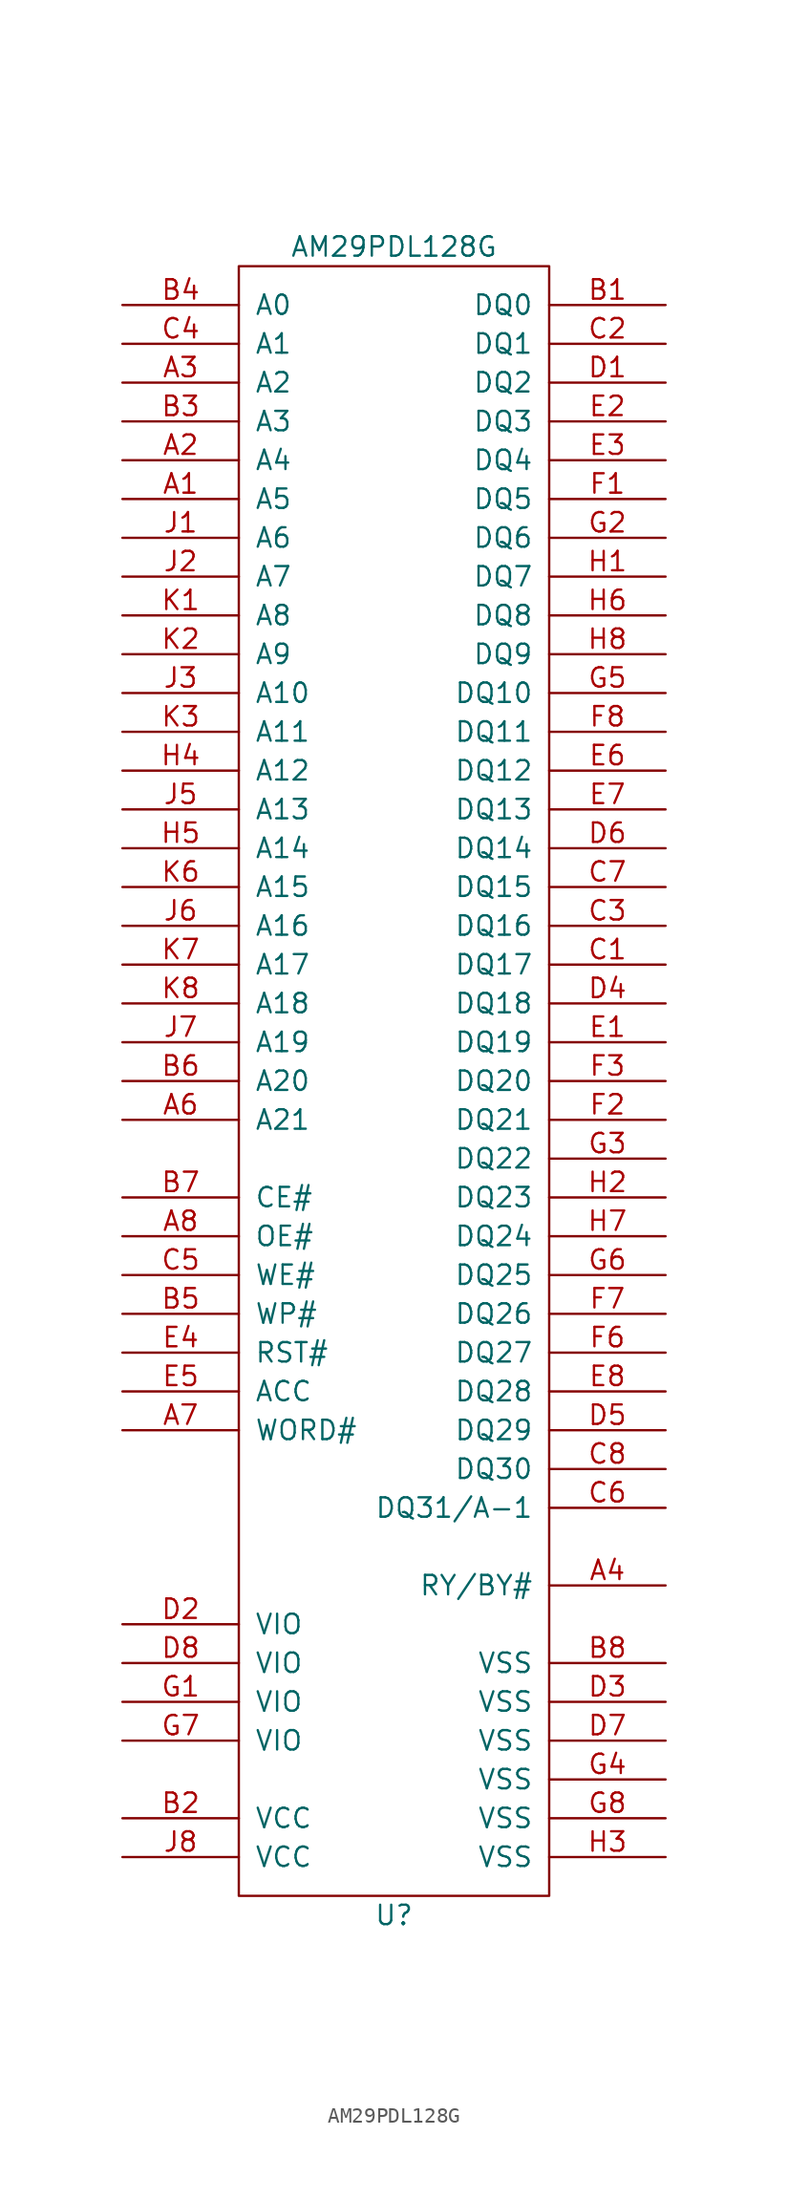
<source format=kicad_sym>
(kicad_symbol_lib
  (version 20231120)
  (generator "kicad_symbol_editor")
  (generator_version "8.0")
  (symbol "AM29PDL128G"
    (pin_names
      (offset 1.016))
    (property "Reference" "U"
      (at 0 -54.61 0)
      (effects (font (size 1.27 1.27))))
    (property "Value" "AM29PDL128G"
      (at 0 54.61 0)
      (effects (font (size 1.27 1.27))))
    (property "Footprint" ""
      (at 0 0 0)
      (effects (font (size 1.27 1.27))))
    (property "Datasheet" ""
      (at 0 0 0)
      (effects (font (size 1.27 1.27))))
    (symbol "AM29PDL128G_0_1"
      (rectangle (start -10.16 53.34) (end 10.16 -53.34) (stroke (width 0) (type solid)) (fill (type none))))
    (symbol "AM29PDL128G_1_1"
      (pin input line (at -17.78 38.1 0) (length 7.62) (name "A5" (effects (font (size 1.27 1.27)))) (number "A1" (effects (font (size 1.27 1.27)))))
      (pin input line (at -17.78 40.64 0) (length 7.62) (name "A4" (effects (font (size 1.27 1.27)))) (number "A2" (effects (font (size 1.27 1.27)))))
      (pin input line (at -17.78 45.72 0) (length 7.62) (name "A2" (effects (font (size 1.27 1.27)))) (number "A3" (effects (font (size 1.27 1.27)))))
      (pin output line (at 17.78 -33.02 180) (length 7.62) (name "RY/BY#" (effects (font (size 1.27 1.27)))) (number "A4" (effects (font (size 1.27 1.27)))))
      (pin input line (at -17.78 -2.54 0) (length 7.62) (name "A21" (effects (font (size 1.27 1.27)))) (number "A6" (effects (font (size 1.27 1.27)))))
      (pin input line (at -17.78 -22.86 0) (length 7.62) (name "WORD#" (effects (font (size 1.27 1.27)))) (number "A7" (effects (font (size 1.27 1.27)))))
      (pin input line (at -17.78 -10.16 0) (length 7.62) (name "OE#" (effects (font (size 1.27 1.27)))) (number "A8" (effects (font (size 1.27 1.27)))))
      (pin bidirectional line (at 17.78 50.8 180) (length 7.62) (name "DQ0" (effects (font (size 1.27 1.27)))) (number "B1" (effects (font (size 1.27 1.27)))))
      (pin power_in line (at -17.78 -48.26 0) (length 7.62) (name "VCC" (effects (font (size 1.27 1.27)))) (number "B2" (effects (font (size 1.27 1.27)))))
      (pin input line (at -17.78 43.18 0) (length 7.62) (name "A3" (effects (font (size 1.27 1.27)))) (number "B3" (effects (font (size 1.27 1.27)))))
      (pin input line (at -17.78 50.8 0) (length 7.62) (name "A0" (effects (font (size 1.27 1.27)))) (number "B4" (effects (font (size 1.27 1.27)))))
      (pin input line (at -17.78 -15.24 0) (length 7.62) (name "WP#" (effects (font (size 1.27 1.27)))) (number "B5" (effects (font (size 1.27 1.27)))))
      (pin input line (at -17.78 0 0) (length 7.62) (name "A20" (effects (font (size 1.27 1.27)))) (number "B6" (effects (font (size 1.27 1.27)))))
      (pin input line (at -17.78 -7.62 0) (length 7.62) (name "CE#" (effects (font (size 1.27 1.27)))) (number "B7" (effects (font (size 1.27 1.27)))))
      (pin power_in line (at 17.78 -38.1 180) (length 7.62) (name "VSS" (effects (font (size 1.27 1.27)))) (number "B8" (effects (font (size 1.27 1.27)))))
      (pin bidirectional line (at 17.78 7.62 180) (length 7.62) (name "DQ17" (effects (font (size 1.27 1.27)))) (number "C1" (effects (font (size 1.27 1.27)))))
      (pin bidirectional line (at 17.78 48.26 180) (length 7.62) (name "DQ1" (effects (font (size 1.27 1.27)))) (number "C2" (effects (font (size 1.27 1.27)))))
      (pin bidirectional line (at 17.78 10.16 180) (length 7.62) (name "DQ16" (effects (font (size 1.27 1.27)))) (number "C3" (effects (font (size 1.27 1.27)))))
      (pin input line (at -17.78 48.26 0) (length 7.62) (name "A1" (effects (font (size 1.27 1.27)))) (number "C4" (effects (font (size 1.27 1.27)))))
      (pin input line (at -17.78 -12.7 0) (length 7.62) (name "WE#" (effects (font (size 1.27 1.27)))) (number "C5" (effects (font (size 1.27 1.27)))))
      (pin bidirectional line (at 17.78 -27.94 180) (length 7.62) (name "DQ31/A-1" (effects (font (size 1.27 1.27)))) (number "C6" (effects (font (size 1.27 1.27)))))
      (pin bidirectional line (at 17.78 12.7 180) (length 7.62) (name "DQ15" (effects (font (size 1.27 1.27)))) (number "C7" (effects (font (size 1.27 1.27)))))
      (pin bidirectional line (at 17.78 -25.4 180) (length 7.62) (name "DQ30" (effects (font (size 1.27 1.27)))) (number "C8" (effects (font (size 1.27 1.27)))))
      (pin bidirectional line (at 17.78 45.72 180) (length 7.62) (name "DQ2" (effects (font (size 1.27 1.27)))) (number "D1" (effects (font (size 1.27 1.27)))))
      (pin input line (at -17.78 -35.56 0) (length 7.62) (name "VIO" (effects (font (size 1.27 1.27)))) (number "D2" (effects (font (size 1.27 1.27)))))
      (pin power_in line (at 17.78 -40.64 180) (length 7.62) (name "VSS" (effects (font (size 1.27 1.27)))) (number "D3" (effects (font (size 1.27 1.27)))))
      (pin bidirectional line (at 17.78 5.08 180) (length 7.62) (name "DQ18" (effects (font (size 1.27 1.27)))) (number "D4" (effects (font (size 1.27 1.27)))))
      (pin bidirectional line (at 17.78 -22.86 180) (length 7.62) (name "DQ29" (effects (font (size 1.27 1.27)))) (number "D5" (effects (font (size 1.27 1.27)))))
      (pin bidirectional line (at 17.78 15.24 180) (length 7.62) (name "DQ14" (effects (font (size 1.27 1.27)))) (number "D6" (effects (font (size 1.27 1.27)))))
      (pin power_in line (at 17.78 -43.18 180) (length 7.62) (name "VSS" (effects (font (size 1.27 1.27)))) (number "D7" (effects (font (size 1.27 1.27)))))
      (pin input line (at -17.78 -38.1 0) (length 7.62) (name "VIO" (effects (font (size 1.27 1.27)))) (number "D8" (effects (font (size 1.27 1.27)))))
      (pin bidirectional line (at 17.78 2.54 180) (length 7.62) (name "DQ19" (effects (font (size 1.27 1.27)))) (number "E1" (effects (font (size 1.27 1.27)))))
      (pin bidirectional line (at 17.78 43.18 180) (length 7.62) (name "DQ3" (effects (font (size 1.27 1.27)))) (number "E2" (effects (font (size 1.27 1.27)))))
      (pin bidirectional line (at 17.78 40.64 180) (length 7.62) (name "DQ4" (effects (font (size 1.27 1.27)))) (number "E3" (effects (font (size 1.27 1.27)))))
      (pin input line (at -17.78 -17.78 0) (length 7.62) (name "RST#" (effects (font (size 1.27 1.27)))) (number "E4" (effects (font (size 1.27 1.27)))))
      (pin input line (at -17.78 -20.32 0) (length 7.62) (name "ACC" (effects (font (size 1.27 1.27)))) (number "E5" (effects (font (size 1.27 1.27)))))
      (pin bidirectional line (at 17.78 20.32 180) (length 7.62) (name "DQ12" (effects (font (size 1.27 1.27)))) (number "E6" (effects (font (size 1.27 1.27)))))
      (pin bidirectional line (at 17.78 17.78 180) (length 7.62) (name "DQ13" (effects (font (size 1.27 1.27)))) (number "E7" (effects (font (size 1.27 1.27)))))
      (pin bidirectional line (at 17.78 -20.32 180) (length 7.62) (name "DQ28" (effects (font (size 1.27 1.27)))) (number "E8" (effects (font (size 1.27 1.27)))))
      (pin bidirectional line (at 17.78 38.1 180) (length 7.62) (name "DQ5" (effects (font (size 1.27 1.27)))) (number "F1" (effects (font (size 1.27 1.27)))))
      (pin bidirectional line (at 17.78 -2.54 180) (length 7.62) (name "DQ21" (effects (font (size 1.27 1.27)))) (number "F2" (effects (font (size 1.27 1.27)))))
      (pin bidirectional line (at 17.78 0 180) (length 7.62) (name "DQ20" (effects (font (size 1.27 1.27)))) (number "F3" (effects (font (size 1.27 1.27)))))
      (pin bidirectional line (at 17.78 -17.78 180) (length 7.62) (name "DQ27" (effects (font (size 1.27 1.27)))) (number "F6" (effects (font (size 1.27 1.27)))))
      (pin bidirectional line (at 17.78 -15.24 180) (length 7.62) (name "DQ26" (effects (font (size 1.27 1.27)))) (number "F7" (effects (font (size 1.27 1.27)))))
      (pin bidirectional line (at 17.78 22.86 180) (length 7.62) (name "DQ11" (effects (font (size 1.27 1.27)))) (number "F8" (effects (font (size 1.27 1.27)))))
      (pin input line (at -17.78 -40.64 0) (length 7.62) (name "VIO" (effects (font (size 1.27 1.27)))) (number "G1" (effects (font (size 1.27 1.27)))))
      (pin bidirectional line (at 17.78 35.56 180) (length 7.62) (name "DQ6" (effects (font (size 1.27 1.27)))) (number "G2" (effects (font (size 1.27 1.27)))))
      (pin bidirectional line (at 17.78 -5.08 180) (length 7.62) (name "DQ22" (effects (font (size 1.27 1.27)))) (number "G3" (effects (font (size 1.27 1.27)))))
      (pin passive line (at 17.78 -45.72 180) (length 7.62) (name "VSS" (effects (font (size 1.27 1.27)))) (number "G4" (effects (font (size 1.27 1.27)))))
      (pin bidirectional line (at 17.78 25.4 180) (length 7.62) (name "DQ10" (effects (font (size 1.27 1.27)))) (number "G5" (effects (font (size 1.27 1.27)))))
      (pin bidirectional line (at 17.78 -12.7 180) (length 7.62) (name "DQ25" (effects (font (size 1.27 1.27)))) (number "G6" (effects (font (size 1.27 1.27)))))
      (pin input line (at -17.78 -43.18 0) (length 7.62) (name "VIO" (effects (font (size 1.27 1.27)))) (number "G7" (effects (font (size 1.27 1.27)))))
      (pin power_in line (at 17.78 -48.26 180) (length 7.62) (name "VSS" (effects (font (size 1.27 1.27)))) (number "G8" (effects (font (size 1.27 1.27)))))
      (pin bidirectional line (at 17.78 33.02 180) (length 7.62) (name "DQ7" (effects (font (size 1.27 1.27)))) (number "H1" (effects (font (size 1.27 1.27)))))
      (pin bidirectional line (at 17.78 -7.62 180) (length 7.62) (name "DQ23" (effects (font (size 1.27 1.27)))) (number "H2" (effects (font (size 1.27 1.27)))))
      (pin power_in line (at 17.78 -50.8 180) (length 7.62) (name "VSS" (effects (font (size 1.27 1.27)))) (number "H3" (effects (font (size 1.27 1.27)))))
      (pin input line (at -17.78 20.32 0) (length 7.62) (name "A12" (effects (font (size 1.27 1.27)))) (number "H4" (effects (font (size 1.27 1.27)))))
      (pin input line (at -17.78 15.24 0) (length 7.62) (name "A14" (effects (font (size 1.27 1.27)))) (number "H5" (effects (font (size 1.27 1.27)))))
      (pin bidirectional line (at 17.78 30.48 180) (length 7.62) (name "DQ8" (effects (font (size 1.27 1.27)))) (number "H6" (effects (font (size 1.27 1.27)))))
      (pin bidirectional line (at 17.78 -10.16 180) (length 7.62) (name "DQ24" (effects (font (size 1.27 1.27)))) (number "H7" (effects (font (size 1.27 1.27)))))
      (pin bidirectional line (at 17.78 27.94 180) (length 7.62) (name "DQ9" (effects (font (size 1.27 1.27)))) (number "H8" (effects (font (size 1.27 1.27)))))
      (pin input line (at -17.78 35.56 0) (length 7.62) (name "A6" (effects (font (size 1.27 1.27)))) (number "J1" (effects (font (size 1.27 1.27)))))
      (pin input line (at -17.78 33.02 0) (length 7.62) (name "A7" (effects (font (size 1.27 1.27)))) (number "J2" (effects (font (size 1.27 1.27)))))
      (pin input line (at -17.78 25.4 0) (length 7.62) (name "A10" (effects (font (size 1.27 1.27)))) (number "J3" (effects (font (size 1.27 1.27)))))
      (pin input line (at -17.78 17.78 0) (length 7.62) (name "A13" (effects (font (size 1.27 1.27)))) (number "J5" (effects (font (size 1.27 1.27)))))
      (pin input line (at -17.78 10.16 0) (length 7.62) (name "A16" (effects (font (size 1.27 1.27)))) (number "J6" (effects (font (size 1.27 1.27)))))
      (pin input line (at -17.78 2.54 0) (length 7.62) (name "A19" (effects (font (size 1.27 1.27)))) (number "J7" (effects (font (size 1.27 1.27)))))
      (pin power_in line (at -17.78 -50.8 0) (length 7.62) (name "VCC" (effects (font (size 1.27 1.27)))) (number "J8" (effects (font (size 1.27 1.27)))))
      (pin input line (at -17.78 30.48 0) (length 7.62) (name "A8" (effects (font (size 1.27 1.27)))) (number "K1" (effects (font (size 1.27 1.27)))))
      (pin input line (at -17.78 27.94 0) (length 7.62) (name "A9" (effects (font (size 1.27 1.27)))) (number "K2" (effects (font (size 1.27 1.27)))))
      (pin input line (at -17.78 22.86 0) (length 7.62) (name "A11" (effects (font (size 1.27 1.27)))) (number "K3" (effects (font (size 1.27 1.27)))))
      (pin input line (at -17.78 12.7 0) (length 7.62) (name "A15" (effects (font (size 1.27 1.27)))) (number "K6" (effects (font (size 1.27 1.27)))))
      (pin input line (at -17.78 7.62 0) (length 7.62) (name "A17" (effects (font (size 1.27 1.27)))) (number "K7" (effects (font (size 1.27 1.27)))))
      (pin input line (at -17.78 5.08 0) (length 7.62) (name "A18" (effects (font (size 1.27 1.27)))) (number "K8" (effects (font (size 1.27 1.27))))))))
</source>
